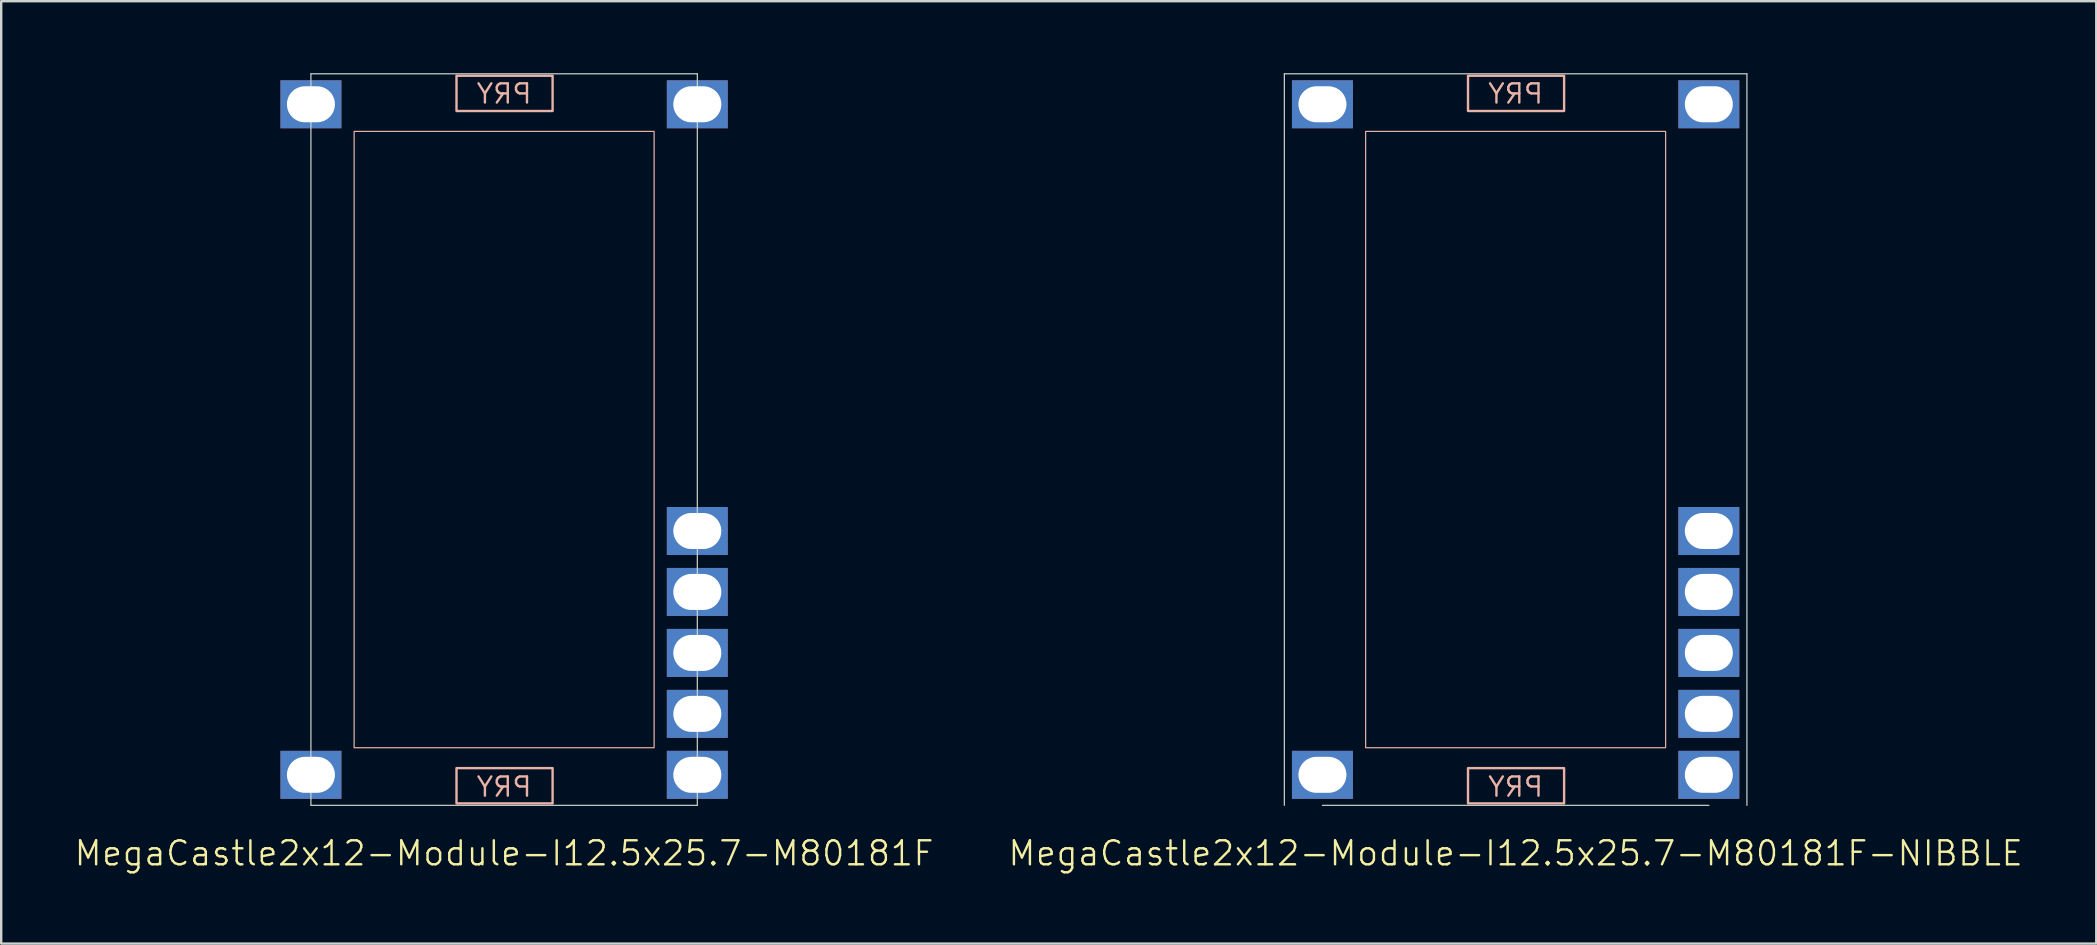
<source format=kicad_pcb>
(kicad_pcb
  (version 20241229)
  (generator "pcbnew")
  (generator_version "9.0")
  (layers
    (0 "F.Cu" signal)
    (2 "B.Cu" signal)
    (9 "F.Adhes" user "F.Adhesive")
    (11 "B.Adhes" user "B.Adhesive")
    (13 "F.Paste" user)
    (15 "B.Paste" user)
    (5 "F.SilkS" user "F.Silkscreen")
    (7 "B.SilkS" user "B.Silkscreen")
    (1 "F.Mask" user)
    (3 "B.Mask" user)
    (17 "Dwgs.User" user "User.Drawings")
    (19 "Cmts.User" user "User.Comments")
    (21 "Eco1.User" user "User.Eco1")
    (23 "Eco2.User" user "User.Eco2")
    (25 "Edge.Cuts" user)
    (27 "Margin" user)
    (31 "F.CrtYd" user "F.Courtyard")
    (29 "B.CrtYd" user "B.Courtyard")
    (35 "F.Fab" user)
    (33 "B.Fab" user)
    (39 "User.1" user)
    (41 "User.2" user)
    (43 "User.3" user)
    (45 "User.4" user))
  (footprint "MegaCastle2x12-Module-I12.5x25.7-M80181F-NIBBLE"
    (layer "F.Cu")
    (at 60.102 15.265)
    (property "Reference" "MegaCastle2x12-Module-I12.5x25.7-M80181F-NIBBLE" (at 0 17.24 0) (unlocked yes) (layer "F.SilkS") (effects (font (size 1 1) (thickness 0.1))))
    (attr smd)
    (fp_rect (start -6.25 12.84) (end 6.25 -12.84) (stroke (width 0.05) (type default)) (fill no) (layer "B.SilkS"))
    (fp_rect (start -1.984 -13.691) (end 2.02 -15.16) (stroke (width 0.1) (type default)) (fill no) (layer "B.SilkS"))
    (fp_rect (start -1.984 13.691) (end 2.02 15.16) (stroke (width 0.1) (type default)) (fill no) (layer "B.SilkS"))
    (fp_line (start -9.637 -15.24) (end -9.637 15.24) (stroke (width 0.05) (type default)) (layer "Edge.Cuts"))
    (fp_line (start -9.637 -15.24) (end 9.637 -15.24) (stroke (width 0.05) (type default)) (layer "Edge.Cuts"))
    (fp_line (start -8.05 15.24) (end 8.05 15.24) (stroke (width 0.05) (type default)) (layer "Edge.Cuts"))
    (fp_line (start 9.637 -15.24) (end 9.637 15.24) (stroke (width 0.05) (type default)) (layer "Edge.Cuts"))
    (fp_text user "PRY" (at 0 14.94 0) (unlocked yes) (layer "B.SilkS") (effects (font (size 0.8 0.8) (thickness 0.1)) (justify bottom mirror)))
    (fp_text user "PRY" (at 0 -13.94 0) (unlocked yes) (layer "B.SilkS") (effects (font (size 0.8 0.8) (thickness 0.1)) (justify bottom mirror)))
    (pad "1" thru_hole rect (at -8.05 -13.97) (size 2.54 2) (drill oval 2 1.5) (property pad_prop_castellated) (layers "*.Cu" "*.Mask"))
    (pad "12" thru_hole rect (at -8.05 13.97) (size 2.54 2) (drill oval 2 1.5) (property pad_prop_castellated) (layers "*.Cu" "*.Mask"))
    (pad "13" thru_hole rect (at 8.05 -13.97) (size 2.54 2) (drill oval 2 1.5) (property pad_prop_castellated) (layers "*.Cu" "*.Mask"))
    (pad "20" thru_hole rect (at 8.05 3.81) (size 2.54 2) (drill oval 2 1.5) (property pad_prop_castellated) (layers "*.Cu" "*.Mask"))
    (pad "21" thru_hole rect (at 8.05 6.35) (size 2.54 2) (drill oval 2 1.5) (property pad_prop_castellated) (layers "*.Cu" "*.Mask"))
    (pad "22" thru_hole rect (at 8.05 8.89) (size 2.54 2) (drill oval 2 1.5) (property pad_prop_castellated) (layers "*.Cu" "*.Mask"))
    (pad "23" thru_hole rect (at 8.05 11.43) (size 2.54 2) (drill oval 2 1.5) (property pad_prop_castellated) (layers "*.Cu" "*.Mask"))
    (pad "24" thru_hole rect (at 8.05 13.97) (size 2.54 2) (drill oval 2 1.5) (property pad_prop_castellated) (layers "*.Cu" "*.Mask"))
    (zone (net_name "") (layer "B.Cu") (hatch edge 0.5) (connect_pads) (min_thickness 0.25) (filled_areas_thickness no) (keepout (tracks allowed) (vias allowed) (pads allowed) (copperpour allowed) (footprints not_allowed)) (placement (enabled no)) (fill) (polygon (pts (xy 52.052 30.505) (xy 52.052 0.025) (xy 53.852 0.025) (xy 53.852 30.505))))
    (zone (net_name "") (layer "B.Cu") (hatch edge 0.5) (connect_pads) (min_thickness 0.25) (filled_areas_thickness no) (keepout (tracks allowed) (vias allowed) (pads allowed) (copperpour allowed) (footprints not_allowed)) (placement (enabled no)) (fill) (polygon (pts (xy 53.852 0.025) (xy 53.852 2.425) (xy 66.352 2.425) (xy 66.352 0.025))))
    (zone (net_name "") (layer "B.Cu") (hatch edge 0.5) (connect_pads) (min_thickness 0.25) (filled_areas_thickness no) (keepout (tracks allowed) (vias allowed) (pads allowed) (copperpour allowed) (footprints not_allowed)) (placement (enabled no)) (fill) (polygon (pts (xy 53.852 30.505) (xy 53.852 28.105) (xy 66.352 28.105) (xy 66.352 30.505))))
    (zone (net_name "") (layer "B.Cu") (name "Upper Pry Zone") (hatch edge 0.5) (connect_pads) (min_thickness 0.25) (filled_areas_thickness no) (keepout (tracks not_allowed) (vias not_allowed) (pads not_allowed) (copperpour allowed) (footprints not_allowed)) (placement (enabled no)) (fill) (polygon (pts (xy 58.118 1.574) (xy 58.118 0.105) (xy 62.122 0.105) (xy 62.122 1.574))))
    (zone (net_name "") (layer "B.Cu") (name "Upper Pry Zone") (hatch edge 0.5) (connect_pads) (min_thickness 0.25) (filled_areas_thickness no) (keepout (tracks not_allowed) (vias not_allowed) (pads not_allowed) (copperpour allowed) (footprints not_allowed)) (placement (enabled no)) (fill) (polygon (pts (xy 58.118 28.956) (xy 58.118 30.425) (xy 62.122 30.425) (xy 62.122 28.956))))
    (zone (net_name "") (layer "B.Cu") (hatch edge 0.5) (connect_pads) (min_thickness 0.25) (filled_areas_thickness no) (keepout (tracks allowed) (vias allowed) (pads allowed) (copperpour allowed) (footprints not_allowed)) (placement (enabled no)) (fill) (polygon (pts (xy 68.152 30.505) (xy 68.152 0.025) (xy 66.352 0.025) (xy 66.352 30.505)))))
  (footprint "MegaCastle2x12-Module-I12.5x25.7-M80181F"
    (layer "F.Cu")
    (at 17.955 15.265)
    (property "Reference" "MegaCastle2x12-Module-I12.5x25.7-M80181F" (at 0 17.24 0) (unlocked yes) (layer "F.SilkS") (effects (font (size 1 1) (thickness 0.1))))
    (attr smd)
    (fp_rect (start -6.25 12.84) (end 6.25 -12.84) (stroke (width 0.05) (type default)) (fill no) (layer "B.SilkS"))
    (fp_rect (start -1.984 -13.691) (end 2.02 -15.16) (stroke (width 0.1) (type default)) (fill no) (layer "B.SilkS"))
    (fp_rect (start -1.984 13.691) (end 2.02 15.16) (stroke (width 0.1) (type default)) (fill no) (layer "B.SilkS"))
    (fp_line (start -8.05 -15.24) (end -8.05 15.24) (stroke (width 0.05) (type default)) (layer "Edge.Cuts"))
    (fp_line (start -8.05 -15.24) (end 8.05 -15.24) (stroke (width 0.05) (type default)) (layer "Edge.Cuts"))
    (fp_line (start -8.05 15.24) (end 8.05 15.24) (stroke (width 0.05) (type default)) (layer "Edge.Cuts"))
    (fp_line (start 8.05 -15.24) (end 8.05 15.24) (stroke (width 0.05) (type default)) (layer "Edge.Cuts"))
    (fp_text user "PRY" (at 0 14.94 0) (unlocked yes) (layer "B.SilkS") (effects (font (size 0.8 0.8) (thickness 0.1)) (justify bottom mirror)))
    (fp_text user "PRY" (at 0 -13.94 0) (unlocked yes) (layer "B.SilkS") (effects (font (size 0.8 0.8) (thickness 0.1)) (justify bottom mirror)))
    (pad "1" thru_hole rect (at -8.05 -13.97) (size 2.54 2) (drill oval 2 1.5) (property pad_prop_castellated) (layers "*.Cu" "*.Mask"))
    (pad "12" thru_hole rect (at -8.05 13.97) (size 2.54 2) (drill oval 2 1.5) (property pad_prop_castellated) (layers "*.Cu" "*.Mask"))
    (pad "13" thru_hole rect (at 8.05 -13.97) (size 2.54 2) (drill oval 2 1.5) (property pad_prop_castellated) (layers "*.Cu" "*.Mask"))
    (pad "20" thru_hole rect (at 8.05 3.81) (size 2.54 2) (drill oval 2 1.5) (property pad_prop_castellated) (layers "*.Cu" "*.Mask"))
    (pad "21" thru_hole rect (at 8.05 6.35) (size 2.54 2) (drill oval 2 1.5) (property pad_prop_castellated) (layers "*.Cu" "*.Mask"))
    (pad "22" thru_hole rect (at 8.05 8.89) (size 2.54 2) (drill oval 2 1.5) (property pad_prop_castellated) (layers "*.Cu" "*.Mask"))
    (pad "23" thru_hole rect (at 8.05 11.43) (size 2.54 2) (drill oval 2 1.5) (property pad_prop_castellated) (layers "*.Cu" "*.Mask"))
    (pad "24" thru_hole rect (at 8.05 13.97) (size 2.54 2) (drill oval 2 1.5) (property pad_prop_castellated) (layers "*.Cu" "*.Mask"))
    (zone (net_name "") (layer "B.Cu") (hatch edge 0.5) (connect_pads) (min_thickness 0.25) (filled_areas_thickness no) (keepout (tracks allowed) (vias allowed) (pads allowed) (copperpour allowed) (footprints not_allowed)) (placement (enabled no)) (fill) (polygon (pts (xy 9.905 30.505) (xy 9.905 0.025) (xy 11.705 0.025) (xy 11.705 30.505))))
    (zone (net_name "") (layer "B.Cu") (hatch edge 0.5) (connect_pads) (min_thickness 0.25) (filled_areas_thickness no) (keepout (tracks allowed) (vias allowed) (pads allowed) (copperpour allowed) (footprints not_allowed)) (placement (enabled no)) (fill) (polygon (pts (xy 11.705 0.025) (xy 11.705 2.425) (xy 24.205 2.425) (xy 24.205 0.025))))
    (zone (net_name "") (layer "B.Cu") (hatch edge 0.5) (connect_pads) (min_thickness 0.25) (filled_areas_thickness no) (keepout (tracks allowed) (vias allowed) (pads allowed) (copperpour allowed) (footprints not_allowed)) (placement (enabled no)) (fill) (polygon (pts (xy 11.705 30.505) (xy 11.705 28.105) (xy 24.205 28.105) (xy 24.205 30.505))))
    (zone (net_name "") (layer "B.Cu") (name "Upper Pry Zone") (hatch edge 0.5) (connect_pads) (min_thickness 0.25) (filled_areas_thickness no) (keepout (tracks not_allowed) (vias not_allowed) (pads not_allowed) (copperpour allowed) (footprints not_allowed)) (placement (enabled no)) (fill) (polygon (pts (xy 15.971 1.574) (xy 15.971 0.105) (xy 19.974 0.105) (xy 19.974 1.574))))
    (zone (net_name "") (layer "B.Cu") (name "Upper Pry Zone") (hatch edge 0.5) (connect_pads) (min_thickness 0.25) (filled_areas_thickness no) (keepout (tracks not_allowed) (vias not_allowed) (pads not_allowed) (copperpour allowed) (footprints not_allowed)) (placement (enabled no)) (fill) (polygon (pts (xy 15.971 28.956) (xy 15.971 30.425) (xy 19.974 30.425) (xy 19.974 28.956))))
    (zone (net_name "") (layer "B.Cu") (hatch edge 0.5) (connect_pads) (min_thickness 0.25) (filled_areas_thickness no) (keepout (tracks allowed) (vias allowed) (pads allowed) (copperpour allowed) (footprints not_allowed)) (placement (enabled no)) (fill) (polygon (pts (xy 26.005 30.505) (xy 26.005 0.025) (xy 24.205 0.025) (xy 24.205 30.505)))))
  (gr_rect
    (start -3 -3)
    (end 84.295 36.266)
    (stroke (width 0.1) (type default))
    (fill no)
    (layer "Edge.Cuts")))
</source>
